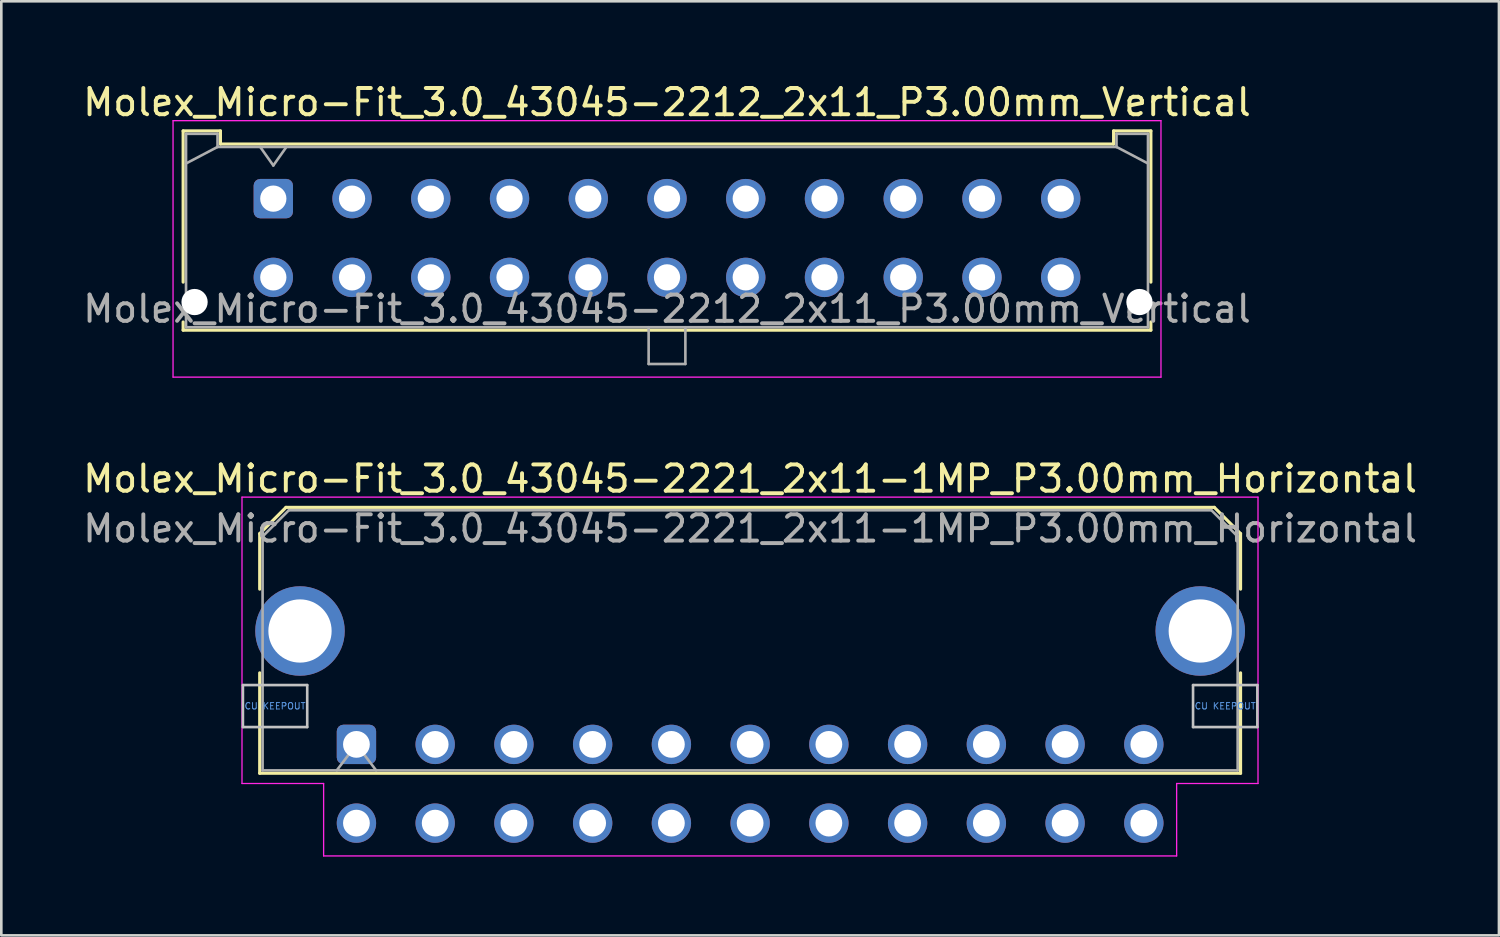
<source format=kicad_pcb>
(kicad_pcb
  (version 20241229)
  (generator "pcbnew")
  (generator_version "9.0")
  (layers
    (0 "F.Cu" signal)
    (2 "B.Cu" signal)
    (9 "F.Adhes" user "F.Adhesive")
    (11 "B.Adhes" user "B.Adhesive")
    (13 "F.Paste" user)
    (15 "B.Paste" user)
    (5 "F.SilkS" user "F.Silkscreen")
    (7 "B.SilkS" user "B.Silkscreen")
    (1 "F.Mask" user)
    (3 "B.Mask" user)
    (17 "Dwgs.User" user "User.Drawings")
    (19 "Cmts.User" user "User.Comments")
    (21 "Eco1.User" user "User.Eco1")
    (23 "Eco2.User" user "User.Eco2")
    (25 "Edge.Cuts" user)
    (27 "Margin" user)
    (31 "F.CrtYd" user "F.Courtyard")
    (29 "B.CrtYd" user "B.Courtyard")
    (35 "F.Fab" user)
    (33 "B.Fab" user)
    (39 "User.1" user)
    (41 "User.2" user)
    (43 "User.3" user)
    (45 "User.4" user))
  (footprint "Molex_Micro-Fit_3.0_43045-2212_2x11_P3.00mm_Vertical"
    (layer "F.Cu")
    (at 7.363 4.518)
    (property "Reference" "Molex_Micro-Fit_3.0_43045-2212_2x11_P3.00mm_Vertical" (at 15 -3.67 0) (layer "F.SilkS") (effects (font (size 1 1) (thickness 0.15))))
    (attr through_hole)
    (fp_line (start -3.435 -2.58) (end -2.015 -2.58) (stroke (width 0.12) (type solid)) (layer "F.SilkS"))
    (fp_line (start -3.435 3.18) (end -3.435 -2.58) (stroke (width 0.12) (type solid)) (layer "F.SilkS"))
    (fp_line (start -3.435 4.7) (end -3.435 5.01) (stroke (width 0.12) (type solid)) (layer "F.SilkS"))
    (fp_line (start -3.435 5.01) (end 33.435 5.01) (stroke (width 0.12) (type solid)) (layer "F.SilkS"))
    (fp_line (start -2.015 -2.58) (end -2.015 -2.08) (stroke (width 0.12) (type solid)) (layer "F.SilkS"))
    (fp_line (start -2.015 -2.08) (end 32.015 -2.08) (stroke (width 0.12) (type solid)) (layer "F.SilkS"))
    (fp_line (start 32.015 -2.58) (end 33.435 -2.58) (stroke (width 0.12) (type solid)) (layer "F.SilkS"))
    (fp_line (start 32.015 -2.08) (end 32.015 -2.58) (stroke (width 0.12) (type solid)) (layer "F.SilkS"))
    (fp_line (start 33.435 -2.58) (end 33.435 3.18) (stroke (width 0.12) (type solid)) (layer "F.SilkS"))
    (fp_line (start 33.435 5.01) (end 33.435 4.7) (stroke (width 0.12) (type solid)) (layer "F.SilkS"))
    (fp_line (start -3.82 -2.97) (end 33.82 -2.97) (stroke (width 0.05) (type solid)) (layer "F.CrtYd"))
    (fp_line (start -3.82 6.8) (end -3.82 -2.97) (stroke (width 0.05) (type solid)) (layer "F.CrtYd"))
    (fp_line (start 33.82 -2.97) (end 33.82 6.8) (stroke (width 0.05) (type solid)) (layer "F.CrtYd"))
    (fp_line (start 33.82 6.8) (end -3.82 6.8) (stroke (width 0.05) (type solid)) (layer "F.CrtYd"))
    (fp_line (start -3.325 -2.47) (end -3.325 4.9) (stroke (width 0.1) (type solid)) (layer "F.Fab"))
    (fp_line (start -3.325 -1.34) (end -2.125 -1.97) (stroke (width 0.1) (type solid)) (layer "F.Fab"))
    (fp_line (start -3.325 4.9) (end 33.325 4.9) (stroke (width 0.1) (type solid)) (layer "F.Fab"))
    (fp_line (start -2.125 -2.47) (end -3.325 -2.47) (stroke (width 0.1) (type solid)) (layer "F.Fab"))
    (fp_line (start -2.125 -1.97) (end -2.125 -2.47) (stroke (width 0.1) (type solid)) (layer "F.Fab"))
    (fp_line (start -0.5 -1.97) (end 0 -1.263) (stroke (width 0.1) (type solid)) (layer "F.Fab"))
    (fp_line (start 0 -1.263) (end 0.5 -1.97) (stroke (width 0.1) (type solid)) (layer "F.Fab"))
    (fp_line (start 14.3 4.9) (end 14.3 6.3) (stroke (width 0.1) (type solid)) (layer "F.Fab"))
    (fp_line (start 14.3 6.3) (end 15.7 6.3) (stroke (width 0.1) (type solid)) (layer "F.Fab"))
    (fp_line (start 15.7 6.3) (end 15.7 4.9) (stroke (width 0.1) (type solid)) (layer "F.Fab"))
    (fp_line (start 32.125 -2.47) (end 32.125 -1.97) (stroke (width 0.1) (type solid)) (layer "F.Fab"))
    (fp_line (start 32.125 -1.97) (end -2.125 -1.97) (stroke (width 0.1) (type solid)) (layer "F.Fab"))
    (fp_line (start 33.325 -2.47) (end 32.125 -2.47) (stroke (width 0.1) (type solid)) (layer "F.Fab"))
    (fp_line (start 33.325 -1.34) (end 32.125 -1.97) (stroke (width 0.1) (type solid)) (layer "F.Fab"))
    (fp_line (start 33.325 4.9) (end 33.325 -2.47) (stroke (width 0.1) (type solid)) (layer "F.Fab"))
    (fp_text user "${REFERENCE}" (at 15 4.2 0) (layer "F.Fab") (effects (font (size 1 1) (thickness 0.15))))
    (pad "" np_thru_hole circle (at -3 3.94) (size 1 1) (drill 1) (layers "*.Cu" "*.Mask"))
    (pad "" np_thru_hole circle (at 33 3.94) (size 1 1) (drill 1) (layers "*.Cu" "*.Mask"))
    (pad "1" thru_hole roundrect (at 0 0) (size 1.5 1.5) (drill 1) (layers "*.Cu" "*.Mask") (roundrect_rratio 0.167))
    (pad "2" thru_hole circle (at 3 0) (size 1.5 1.5) (drill 1) (layers "*.Cu" "*.Mask"))
    (pad "3" thru_hole circle (at 6 0) (size 1.5 1.5) (drill 1) (layers "*.Cu" "*.Mask"))
    (pad "4" thru_hole circle (at 9 0) (size 1.5 1.5) (drill 1) (layers "*.Cu" "*.Mask"))
    (pad "5" thru_hole circle (at 12 0) (size 1.5 1.5) (drill 1) (layers "*.Cu" "*.Mask"))
    (pad "6" thru_hole circle (at 15 0) (size 1.5 1.5) (drill 1) (layers "*.Cu" "*.Mask"))
    (pad "7" thru_hole circle (at 18 0) (size 1.5 1.5) (drill 1) (layers "*.Cu" "*.Mask"))
    (pad "8" thru_hole circle (at 21 0) (size 1.5 1.5) (drill 1) (layers "*.Cu" "*.Mask"))
    (pad "9" thru_hole circle (at 24 0) (size 1.5 1.5) (drill 1) (layers "*.Cu" "*.Mask"))
    (pad "10" thru_hole circle (at 27 0) (size 1.5 1.5) (drill 1) (layers "*.Cu" "*.Mask"))
    (pad "11" thru_hole circle (at 30 0) (size 1.5 1.5) (drill 1) (layers "*.Cu" "*.Mask"))
    (pad "12" thru_hole circle (at 0 3) (size 1.5 1.5) (drill 1) (layers "*.Cu" "*.Mask"))
    (pad "13" thru_hole circle (at 3 3) (size 1.5 1.5) (drill 1) (layers "*.Cu" "*.Mask"))
    (pad "14" thru_hole circle (at 6 3) (size 1.5 1.5) (drill 1) (layers "*.Cu" "*.Mask"))
    (pad "15" thru_hole circle (at 9 3) (size 1.5 1.5) (drill 1) (layers "*.Cu" "*.Mask"))
    (pad "16" thru_hole circle (at 12 3) (size 1.5 1.5) (drill 1) (layers "*.Cu" "*.Mask"))
    (pad "17" thru_hole circle (at 15 3) (size 1.5 1.5) (drill 1) (layers "*.Cu" "*.Mask"))
    (pad "18" thru_hole circle (at 18 3) (size 1.5 1.5) (drill 1) (layers "*.Cu" "*.Mask"))
    (pad "19" thru_hole circle (at 21 3) (size 1.5 1.5) (drill 1) (layers "*.Cu" "*.Mask"))
    (pad "20" thru_hole circle (at 24 3) (size 1.5 1.5) (drill 1) (layers "*.Cu" "*.Mask"))
    (pad "21" thru_hole circle (at 27 3) (size 1.5 1.5) (drill 1) (layers "*.Cu" "*.Mask"))
    (pad "22" thru_hole circle (at 30 3) (size 1.5 1.5) (drill 1) (layers "*.Cu" "*.Mask")))
  (footprint "Molex_Micro-Fit_3.0_43045-2221_2x11-1MP_P3.00mm_Horizontal"
    (layer "F.Cu")
    (at 10.53 25.311)
    (property "Reference" "Molex_Micro-Fit_3.0_43045-2221_2x11-1MP_P3.00mm_Horizontal" (at 15 -10.12 0) (layer "F.SilkS") (effects (font (size 1 1) (thickness 0.15))))
    (attr through_hole)
    (fp_line (start -3.685 -8.03) (end -2.685 -9.03) (stroke (width 0.12) (type solid)) (layer "F.SilkS"))
    (fp_line (start -3.685 -5.915) (end -3.685 -8.03) (stroke (width 0.12) (type solid)) (layer "F.SilkS"))
    (fp_line (start -3.685 -2.725) (end -3.685 1.1) (stroke (width 0.12) (type solid)) (layer "F.SilkS"))
    (fp_line (start -3.685 1.1) (end 33.685 1.1) (stroke (width 0.12) (type solid)) (layer "F.SilkS"))
    (fp_line (start -2.685 -9.03) (end 32.685 -9.03) (stroke (width 0.12) (type solid)) (layer "F.SilkS"))
    (fp_line (start 32.685 -9.03) (end 33.685 -8.03) (stroke (width 0.12) (type solid)) (layer "F.SilkS"))
    (fp_line (start 33.685 -8.03) (end 33.685 -5.915) (stroke (width 0.12) (type solid)) (layer "F.SilkS"))
    (fp_line (start 33.685 1.1) (end 33.685 -2.725) (stroke (width 0.12) (type solid)) (layer "F.SilkS"))
    (fp_line (start -4.325 -2.26) (end -4.325 -0.66) (stroke (width 0.1) (type solid)) (layer "Dwgs.User"))
    (fp_line (start -4.325 -0.66) (end -1.875 -0.66) (stroke (width 0.1) (type solid)) (layer "Dwgs.User"))
    (fp_line (start -1.875 -2.26) (end -4.325 -2.26) (stroke (width 0.1) (type solid)) (layer "Dwgs.User"))
    (fp_line (start -1.875 -0.66) (end -1.875 -2.26) (stroke (width 0.1) (type solid)) (layer "Dwgs.User"))
    (fp_line (start 31.875 -2.26) (end 31.875 -0.66) (stroke (width 0.1) (type solid)) (layer "Dwgs.User"))
    (fp_line (start 31.875 -0.66) (end 34.325 -0.66) (stroke (width 0.1) (type solid)) (layer "Dwgs.User"))
    (fp_line (start 34.325 -2.26) (end 31.875 -2.26) (stroke (width 0.1) (type solid)) (layer "Dwgs.User"))
    (fp_line (start 34.325 -0.66) (end 34.325 -2.26) (stroke (width 0.1) (type solid)) (layer "Dwgs.User"))
    (fp_line (start -4.36 -9.42) (end 34.35 -9.42) (stroke (width 0.05) (type solid)) (layer "F.CrtYd"))
    (fp_line (start -4.36 1.49) (end -4.36 -9.42) (stroke (width 0.05) (type solid)) (layer "F.CrtYd"))
    (fp_line (start -1.25 1.49) (end -4.36 1.49) (stroke (width 0.05) (type solid)) (layer "F.CrtYd"))
    (fp_line (start -1.25 4.25) (end -1.25 1.49) (stroke (width 0.05) (type solid)) (layer "F.CrtYd"))
    (fp_line (start 31.25 1.49) (end 31.25 4.25) (stroke (width 0.05) (type solid)) (layer "F.CrtYd"))
    (fp_line (start 31.25 4.25) (end -1.25 4.25) (stroke (width 0.05) (type solid)) (layer "F.CrtYd"))
    (fp_line (start 34.35 -9.42) (end 34.35 1.49) (stroke (width 0.05) (type solid)) (layer "F.CrtYd"))
    (fp_line (start 34.35 1.49) (end 31.25 1.49) (stroke (width 0.05) (type solid)) (layer "F.CrtYd"))
    (fp_line (start -3.575 -7.92) (end -2.575 -8.92) (stroke (width 0.1) (type solid)) (layer "F.Fab"))
    (fp_line (start -3.575 0.99) (end -3.575 -7.92) (stroke (width 0.1) (type solid)) (layer "F.Fab"))
    (fp_line (start -2.575 -8.92) (end 32.575 -8.92) (stroke (width 0.1) (type solid)) (layer "F.Fab"))
    (fp_line (start -0.75 0.99) (end 0 0) (stroke (width 0.1) (type solid)) (layer "F.Fab"))
    (fp_line (start 0 0) (end 0.75 0.99) (stroke (width 0.1) (type solid)) (layer "F.Fab"))
    (fp_line (start 32.575 -8.92) (end 33.575 -7.92) (stroke (width 0.1) (type solid)) (layer "F.Fab"))
    (fp_line (start 33.575 -7.92) (end 33.575 0.99) (stroke (width 0.1) (type solid)) (layer "F.Fab"))
    (fp_line (start 33.575 0.99) (end -3.575 0.99) (stroke (width 0.1) (type solid)) (layer "F.Fab"))
    (fp_text user "CU KEEPOUT" (at 33.1 -1.46 0) (layer "Cmts.User") (effects (font (size 0.245 0.245) (thickness 0.037))))
    (fp_text user "CU KEEPOUT" (at -3.1 -1.46 0) (layer "Cmts.User") (effects (font (size 0.245 0.245) (thickness 0.037))))
    (fp_text user "${REFERENCE}" (at 15 -8.22 0) (layer "F.Fab") (effects (font (size 1 1) (thickness 0.15))))
    (pad "1" thru_hole roundrect (at 0 0) (size 1.5 1.5) (drill 1.02) (layers "*.Cu" "*.Mask") (roundrect_rratio 0.167))
    (pad "2" thru_hole circle (at 3 0) (size 1.5 1.5) (drill 1.02) (layers "*.Cu" "*.Mask"))
    (pad "3" thru_hole circle (at 6 0) (size 1.5 1.5) (drill 1.02) (layers "*.Cu" "*.Mask"))
    (pad "4" thru_hole circle (at 9 0) (size 1.5 1.5) (drill 1.02) (layers "*.Cu" "*.Mask"))
    (pad "5" thru_hole circle (at 12 0) (size 1.5 1.5) (drill 1.02) (layers "*.Cu" "*.Mask"))
    (pad "6" thru_hole circle (at 15 0) (size 1.5 1.5) (drill 1.02) (layers "*.Cu" "*.Mask"))
    (pad "7" thru_hole circle (at 18 0) (size 1.5 1.5) (drill 1.02) (layers "*.Cu" "*.Mask"))
    (pad "8" thru_hole circle (at 21 0) (size 1.5 1.5) (drill 1.02) (layers "*.Cu" "*.Mask"))
    (pad "9" thru_hole circle (at 24 0) (size 1.5 1.5) (drill 1.02) (layers "*.Cu" "*.Mask"))
    (pad "10" thru_hole circle (at 27 0) (size 1.5 1.5) (drill 1.02) (layers "*.Cu" "*.Mask"))
    (pad "11" thru_hole circle (at 30 0) (size 1.5 1.5) (drill 1.02) (layers "*.Cu" "*.Mask"))
    (pad "12" thru_hole circle (at 0 3) (size 1.5 1.5) (drill 1.02) (layers "*.Cu" "*.Mask"))
    (pad "13" thru_hole circle (at 3 3) (size 1.5 1.5) (drill 1.02) (layers "*.Cu" "*.Mask"))
    (pad "14" thru_hole circle (at 6 3) (size 1.5 1.5) (drill 1.02) (layers "*.Cu" "*.Mask"))
    (pad "15" thru_hole circle (at 9 3) (size 1.5 1.5) (drill 1.02) (layers "*.Cu" "*.Mask"))
    (pad "16" thru_hole circle (at 12 3) (size 1.5 1.5) (drill 1.02) (layers "*.Cu" "*.Mask"))
    (pad "17" thru_hole circle (at 15 3) (size 1.5 1.5) (drill 1.02) (layers "*.Cu" "*.Mask"))
    (pad "18" thru_hole circle (at 18 3) (size 1.5 1.5) (drill 1.02) (layers "*.Cu" "*.Mask"))
    (pad "19" thru_hole circle (at 21 3) (size 1.5 1.5) (drill 1.02) (layers "*.Cu" "*.Mask"))
    (pad "20" thru_hole circle (at 24 3) (size 1.5 1.5) (drill 1.02) (layers "*.Cu" "*.Mask"))
    (pad "21" thru_hole circle (at 27 3) (size 1.5 1.5) (drill 1.02) (layers "*.Cu" "*.Mask"))
    (pad "22" thru_hole circle (at 30 3) (size 1.5 1.5) (drill 1.02) (layers "*.Cu" "*.Mask"))
    (pad "MP" thru_hole circle (at -2.15 -4.32) (size 3.41 3.41) (drill 2.41) (layers "*.Cu" "*.Mask"))
    (pad "MP" thru_hole circle (at 32.15 -4.32) (size 3.41 3.41) (drill 2.41) (layers "*.Cu" "*.Mask")))
  (gr_rect
    (start -3 -3)
    (end 54.06 32.587)
    (stroke (width 0.1) (type default))
    (fill no)
    (layer "Edge.Cuts")))
</source>
